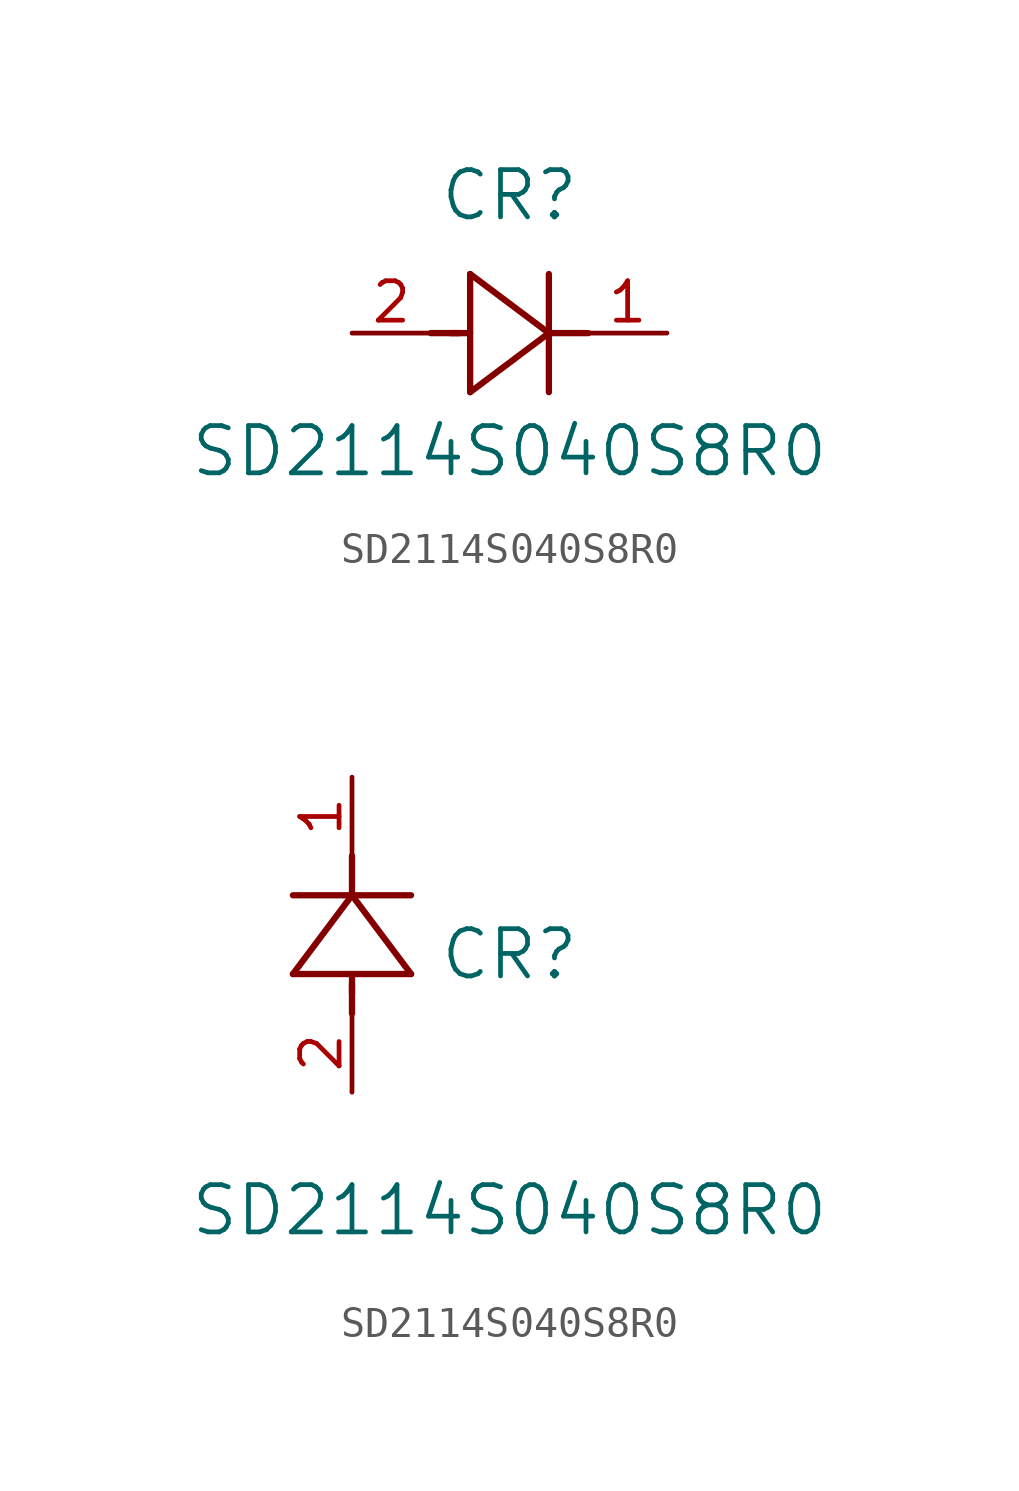
<source format=kicad_sym>
(kicad_symbol_lib
  (version 20211014)
  (generator kicad_symbol_editor)
  (symbol "SD2114S040S8R0"
    (pin_names
      (offset 0.254))
    (property "Reference" "CR"
      (at 5.08 4.445 0)
      (effects (font (size 1.524 1.524))))
    (property "Value" "SD2114S040S8R0"
      (at 5.08 -3.81 0)
      (effects (font (size 1.524 1.524))))
    (symbol "SD2114S040S8R0_1_1"
      (polyline (pts (xy 2.54 0) (xy 3.48 0)) (stroke (width 0.203) (type default) (color 0 0 0 0)) (fill (type none)))
      (polyline (pts (xy 3.81 1.905) (xy 3.81 -1.905)) (stroke (width 0.203) (type default) (color 0 0 0 0)) (fill (type none)))
      (polyline (pts (xy 3.175 0) (xy 3.81 0)) (stroke (width 0.203) (type default) (color 0 0 0 0)) (fill (type none)))
      (polyline (pts (xy 6.35 -1.905) (xy 6.35 1.905)) (stroke (width 0.203) (type default) (color 0 0 0 0)) (fill (type none)))
      (polyline (pts (xy 6.35 0) (xy 7.62 0)) (stroke (width 0.203) (type default) (color 0 0 0 0)) (fill (type none)))
      (polyline (pts (xy 6.35 0) (xy 3.81 1.905)) (stroke (width 0.203) (type default) (color 0 0 0 0)) (fill (type none)))
      (polyline (pts (xy 3.81 -1.905) (xy 6.35 0)) (stroke (width 0.203) (type default) (color 0 0 0 0)) (fill (type none)))
      (pin unspecified line (at 0 0 0) (length 2.54) (name "" (effects (font (size 1.27 1.27)))) (number "2" (effects (font (size 1.27 1.27)))))
      (pin unspecified line (at 10.16 0 180) (length 2.54) (name "" (effects (font (size 1.27 1.27)))) (number "1" (effects (font (size 1.27 1.27))))))
    (symbol "SD2114S040S8R0_1_2"
      (polyline (pts (xy 0 2.54) (xy 0 3.48)) (stroke (width 0.203) (type default) (color 0 0 0 0)) (fill (type none)))
      (polyline (pts (xy -1.905 3.81) (xy 1.905 3.81)) (stroke (width 0.203) (type default) (color 0 0 0 0)) (fill (type none)))
      (polyline (pts (xy 0 3.175) (xy 0 3.81)) (stroke (width 0.203) (type default) (color 0 0 0 0)) (fill (type none)))
      (polyline (pts (xy 1.905 6.35) (xy -1.905 6.35)) (stroke (width 0.203) (type default) (color 0 0 0 0)) (fill (type none)))
      (polyline (pts (xy 0 6.35) (xy 0 7.62)) (stroke (width 0.203) (type default) (color 0 0 0 0)) (fill (type none)))
      (polyline (pts (xy 0 6.35) (xy -1.905 3.81)) (stroke (width 0.203) (type default) (color 0 0 0 0)) (fill (type none)))
      (polyline (pts (xy 1.905 3.81) (xy 0 6.35)) (stroke (width 0.203) (type default) (color 0 0 0 0)) (fill (type none)))
      (pin unspecified line (at 0 0 90) (length 2.54) (name "" (effects (font (size 1.27 1.27)))) (number "2" (effects (font (size 1.27 1.27)))))
      (pin unspecified line (at 0 10.16 270) (length 2.54) (name "" (effects (font (size 1.27 1.27)))) (number "1" (effects (font (size 1.27 1.27))))))))
</source>
